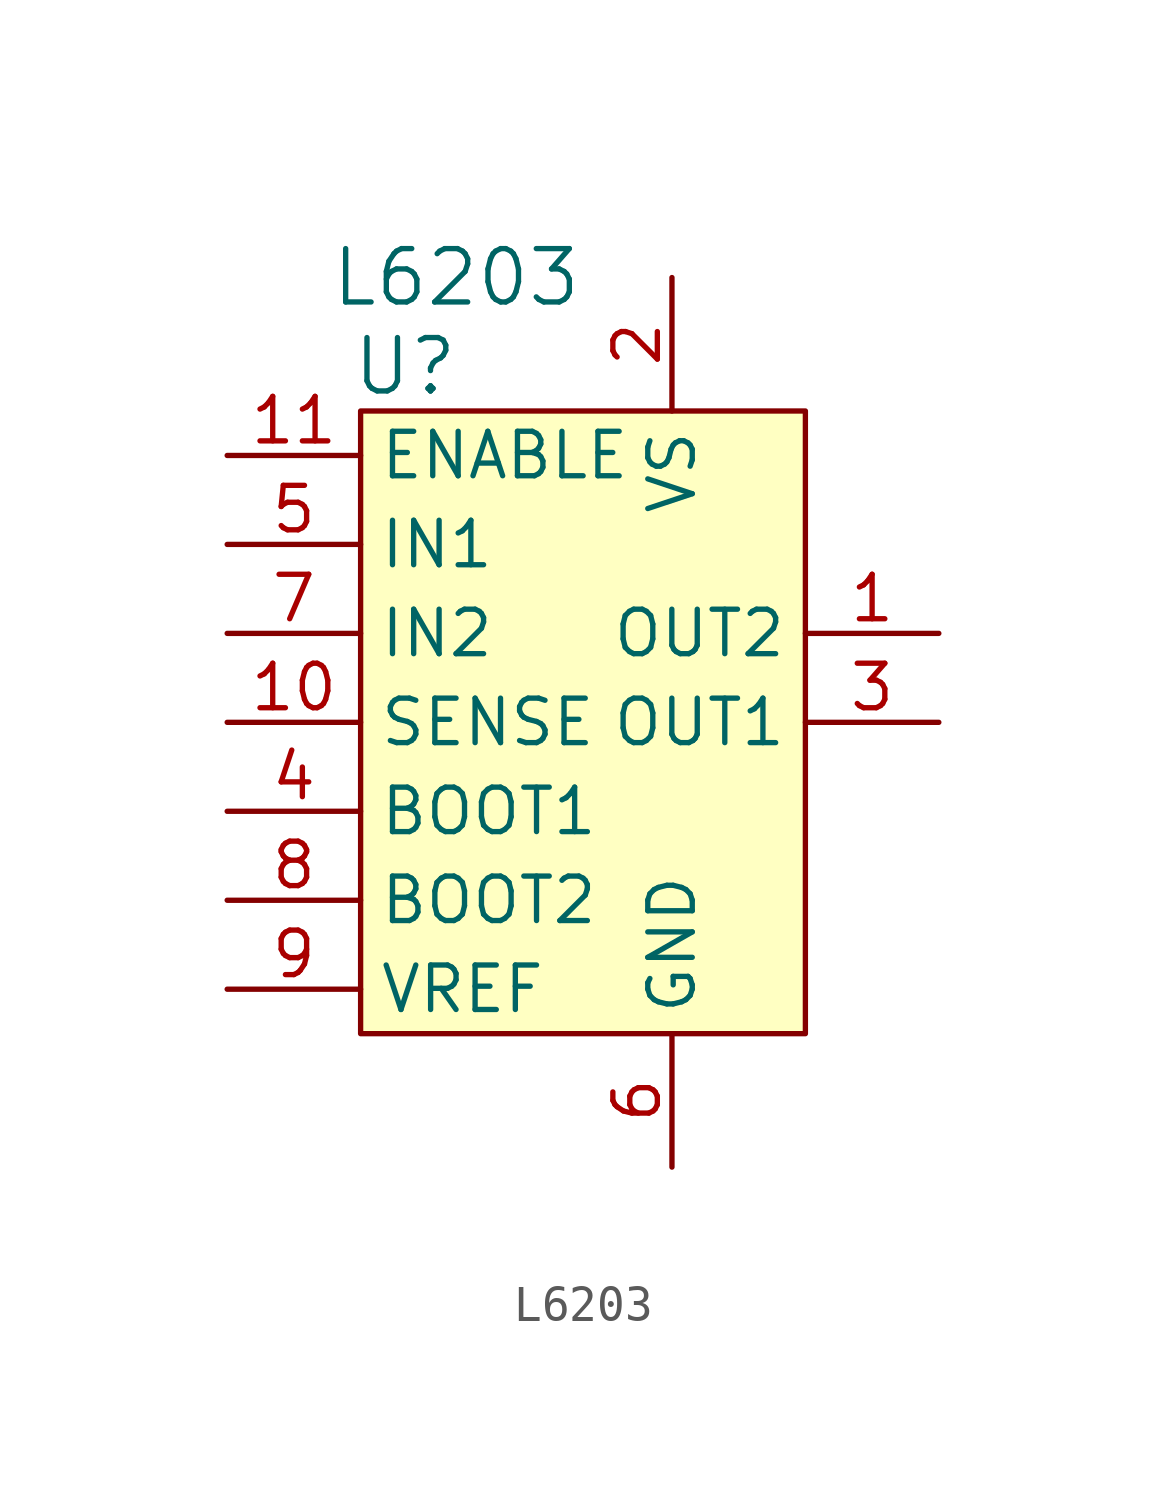
<source format=kicad_sym>
(kicad_symbol_lib
  (version 20201005)
  (generator kicad_symbol_editor)
  (symbol "L6203"
    (property "Reference" "U"
      (at -5.08 10.16 0)
      (effects (font (size 1.524 1.524))))
    (property "Value" "L6203"
      (at 0 12.7 0)
      (effects (font (size 1.524 1.524)) (justify right)))
    (symbol "L6203_0_1"
      (rectangle (start -6.35 8.89) (end 6.35 -8.89) (stroke (width 0)) (fill (type background))))
    (symbol "L6203_1_1"
      (pin output line (at 10.16 2.54 180) (length 3.81) (name "OUT2" (effects (font (size 1.27 1.27)))) (number "1" (effects (font (size 1.27 1.27)))))
      (pin power_in line (at 2.54 12.7 270) (length 3.81) (name "VS" (effects (font (size 1.27 1.27)))) (number "2" (effects (font (size 1.27 1.27)))))
      (pin output line (at 10.16 0 180) (length 3.81) (name "OUT1" (effects (font (size 1.27 1.27)))) (number "3" (effects (font (size 1.27 1.27)))))
      (pin passive line (at -10.16 -2.54 0) (length 3.81) (name "BOOT1" (effects (font (size 1.27 1.27)))) (number "4" (effects (font (size 1.27 1.27)))))
      (pin input line (at -10.16 5.08 0) (length 3.81) (name "IN1" (effects (font (size 1.27 1.27)))) (number "5" (effects (font (size 1.27 1.27)))))
      (pin power_in line (at 2.54 -12.7 90) (length 3.81) (name "GND" (effects (font (size 1.27 1.27)))) (number "6" (effects (font (size 1.27 1.27)))))
      (pin input line (at -10.16 2.54 0) (length 3.81) (name "IN2" (effects (font (size 1.27 1.27)))) (number "7" (effects (font (size 1.27 1.27)))))
      (pin passive line (at -10.16 -5.08 0) (length 3.81) (name "BOOT2" (effects (font (size 1.27 1.27)))) (number "8" (effects (font (size 1.27 1.27)))))
      (pin passive line (at -10.16 -7.62 0) (length 3.81) (name "VREF" (effects (font (size 1.27 1.27)))) (number "9" (effects (font (size 1.27 1.27)))))
      (pin input line (at -10.16 0 0) (length 3.81) (name "SENSE" (effects (font (size 1.27 1.27)))) (number "10" (effects (font (size 1.27 1.27)))))
      (pin input line (at -10.16 7.62 0) (length 3.81) (name "ENABLE" (effects (font (size 1.27 1.27)))) (number "11" (effects (font (size 1.27 1.27))))))))
</source>
